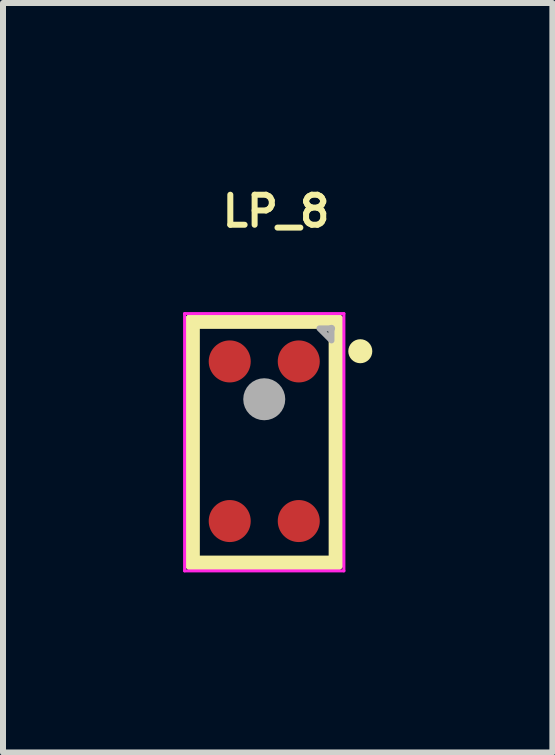
<source format=kicad_pcb>
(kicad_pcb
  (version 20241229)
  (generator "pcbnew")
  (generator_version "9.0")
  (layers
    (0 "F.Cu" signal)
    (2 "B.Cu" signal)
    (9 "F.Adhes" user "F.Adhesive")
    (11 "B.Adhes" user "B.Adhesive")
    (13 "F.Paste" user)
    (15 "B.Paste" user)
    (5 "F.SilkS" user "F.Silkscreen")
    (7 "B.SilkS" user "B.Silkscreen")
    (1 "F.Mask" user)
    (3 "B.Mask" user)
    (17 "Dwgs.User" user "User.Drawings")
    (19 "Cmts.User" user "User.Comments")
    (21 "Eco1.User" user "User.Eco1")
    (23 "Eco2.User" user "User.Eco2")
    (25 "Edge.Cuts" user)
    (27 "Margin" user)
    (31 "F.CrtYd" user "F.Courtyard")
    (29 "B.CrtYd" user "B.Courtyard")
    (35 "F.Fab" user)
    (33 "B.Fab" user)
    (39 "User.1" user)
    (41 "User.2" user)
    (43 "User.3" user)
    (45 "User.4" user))
  (footprint "LP_8"
    (layer "F.Cu")
    (at 1.352 4.317)
    (property "Reference" "LP_8" (at -0.75 -3.849 0) (layer "F.SilkS") (effects (font (size 0.5 0.5) (thickness 0.1)) (justify left)))
    (fp_line (start -1.2 -2.016) (end -1.2 2.016) (stroke (width 0.254) (type solid)) (layer "F.SilkS"))
    (fp_line (start -1.2 -2.016) (end 1.2 -2.016) (stroke (width 0.254) (type solid)) (layer "F.SilkS"))
    (fp_line (start -1.2 2.016) (end 1.2 2.016) (stroke (width 0.254) (type solid)) (layer "F.SilkS"))
    (fp_line (start 1.2 -2.016) (end 1.2 1.984) (stroke (width 0.254) (type solid)) (layer "F.SilkS"))
    (fp_arc (start 1.7 -1.516) (mid 1.5 -1.516) (end 1.7 -1.516) (stroke (width 0.2) (type solid)) (layer "F.SilkS"))
    (fp_line (start -1.327 -2.143) (end -1.327 2.143) (stroke (width 0.05) (type solid)) (layer "F.CrtYd"))
    (fp_line (start -1.327 2.143) (end 1.327 2.143) (stroke (width 0.05) (type solid)) (layer "F.CrtYd"))
    (fp_line (start 1.327 -2.143) (end -1.327 -2.143) (stroke (width 0.05) (type solid)) (layer "F.CrtYd"))
    (fp_line (start 1.327 2.143) (end 1.327 -2.143) (stroke (width 0.05) (type solid)) (layer "F.CrtYd"))
    (fp_arc (start 0.175 -0.716) (mid -0.175 -0.716) (end 0.175 -0.716) (stroke (width 0.35) (type solid)) (layer "F.Fab"))
    (fp_arc (start 1.15 -1.896) (mid 1.09 -1.896) (end 1.15 -1.896) (stroke (width 0.06) (type solid)) (layer "F.Fab"))
    (fp_poly (pts (xy 1.12 -1.896) (xy 0.92 -1.896) (xy 1.12 -1.696) (xy 1.12 -1.896)) (stroke (width 0.1) (type solid)) (fill no) (layer "F.Fab"))
    (pad "1" smd circle (at 0.575 -1.346) (size 0.7 0.7) (layers "F.Cu" "F.Mask" "F.Paste"))
    (pad "2" smd circle (at 0.575 1.313) (size 0.7 0.7) (layers "F.Cu" "F.Mask" "F.Paste"))
    (pad "3" smd circle (at -0.575 1.313) (size 0.7 0.7) (layers "F.Cu" "F.Mask" "F.Paste"))
    (pad "4" smd circle (at -0.575 -1.346) (size 0.7 0.7) (layers "F.Cu" "F.Mask" "F.Paste")))
  (gr_rect
    (start -3 -3)
    (end 6.152 9.485)
    (stroke (width 0.1) (type default))
    (fill no)
    (layer "Edge.Cuts")))
</source>
